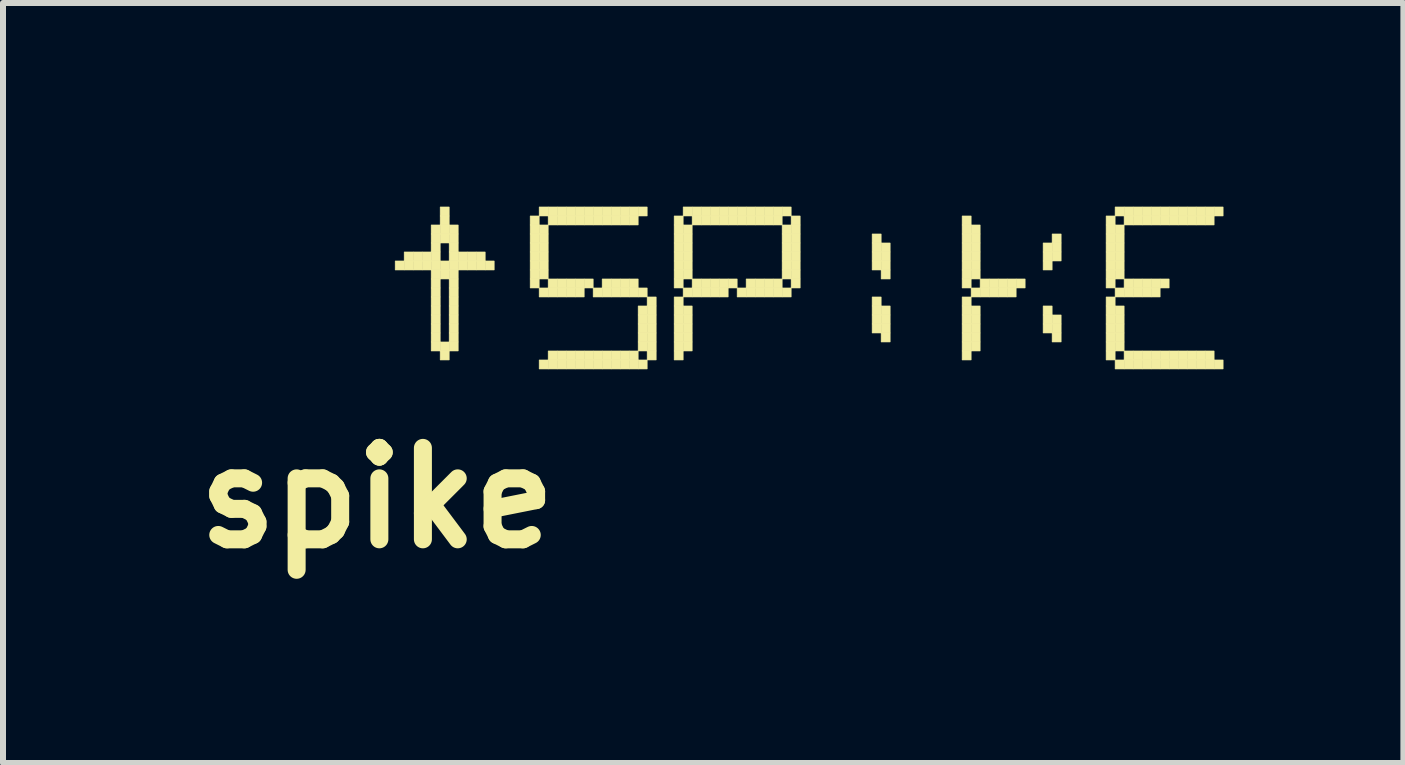
<source format=kicad_pcb>
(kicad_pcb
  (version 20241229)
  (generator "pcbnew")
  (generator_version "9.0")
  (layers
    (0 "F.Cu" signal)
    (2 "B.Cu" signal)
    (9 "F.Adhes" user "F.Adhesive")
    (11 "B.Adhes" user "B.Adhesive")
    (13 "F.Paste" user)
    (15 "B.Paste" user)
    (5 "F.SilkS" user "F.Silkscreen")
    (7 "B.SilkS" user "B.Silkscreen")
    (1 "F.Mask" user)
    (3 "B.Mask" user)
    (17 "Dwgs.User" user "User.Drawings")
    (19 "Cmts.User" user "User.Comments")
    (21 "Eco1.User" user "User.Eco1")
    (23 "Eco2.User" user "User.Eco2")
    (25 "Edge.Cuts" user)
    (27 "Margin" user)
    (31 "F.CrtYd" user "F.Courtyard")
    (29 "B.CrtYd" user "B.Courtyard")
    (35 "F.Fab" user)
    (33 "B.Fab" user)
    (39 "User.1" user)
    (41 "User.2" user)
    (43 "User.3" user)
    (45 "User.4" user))
  (footprint "spike"
    (layer "F.Cu")
    (at 3.237 0.25)
    (property "Reference" "spike" (at 0 5 0) (layer "F.SilkS") (effects (font (size 1.524 1.524) (thickness 0.3))))
    (attr through_hole)
    (fp_poly (pts (xy 0.3 1.05) (xy 0.45 1.05) (xy 0.45 1.2) (xy 0.3 1.2) (xy 0.3 1.05)) (stroke (width 0.01) (type solid)) (fill yes) (layer "F.SilkS"))
    (fp_poly (pts (xy 0.45 0.9) (xy 0.6 0.9) (xy 0.6 1.05) (xy 0.45 1.05) (xy 0.45 0.9)) (stroke (width 0.01) (type solid)) (fill yes) (layer "F.SilkS"))
    (fp_poly (pts (xy 0.45 1.05) (xy 0.6 1.05) (xy 0.6 1.2) (xy 0.45 1.2) (xy 0.45 1.05)) (stroke (width 0.01) (type solid)) (fill yes) (layer "F.SilkS"))
    (fp_poly (pts (xy 0.6 0.9) (xy 0.75 0.9) (xy 0.75 1.05) (xy 0.6 1.05) (xy 0.6 0.9)) (stroke (width 0.01) (type solid)) (fill yes) (layer "F.SilkS"))
    (fp_poly (pts (xy 0.6 1.05) (xy 0.75 1.05) (xy 0.75 1.2) (xy 0.6 1.2) (xy 0.6 1.05)) (stroke (width 0.01) (type solid)) (fill yes) (layer "F.SilkS"))
    (fp_poly (pts (xy 0.75 0.9) (xy 0.9 0.9) (xy 0.9 1.05) (xy 0.75 1.05) (xy 0.75 0.9)) (stroke (width 0.01) (type solid)) (fill yes) (layer "F.SilkS"))
    (fp_poly (pts (xy 0.75 1.05) (xy 0.9 1.05) (xy 0.9 1.2) (xy 0.75 1.2) (xy 0.75 1.05)) (stroke (width 0.01) (type solid)) (fill yes) (layer "F.SilkS"))
    (fp_poly (pts (xy 0.9 0.45) (xy 1.05 0.45) (xy 1.05 0.6) (xy 0.9 0.6) (xy 0.9 0.45)) (stroke (width 0.01) (type solid)) (fill yes) (layer "F.SilkS"))
    (fp_poly (pts (xy 0.9 0.6) (xy 1.05 0.6) (xy 1.05 0.75) (xy 0.9 0.75) (xy 0.9 0.6)) (stroke (width 0.01) (type solid)) (fill yes) (layer "F.SilkS"))
    (fp_poly (pts (xy 0.9 0.75) (xy 1.05 0.75) (xy 1.05 0.9) (xy 0.9 0.9) (xy 0.9 0.75)) (stroke (width 0.01) (type solid)) (fill yes) (layer "F.SilkS"))
    (fp_poly (pts (xy 0.9 0.9) (xy 1.05 0.9) (xy 1.05 1.05) (xy 0.9 1.05) (xy 0.9 0.9)) (stroke (width 0.01) (type solid)) (fill yes) (layer "F.SilkS"))
    (fp_poly (pts (xy 0.9 1.05) (xy 1.05 1.05) (xy 1.05 1.2) (xy 0.9 1.2) (xy 0.9 1.05)) (stroke (width 0.01) (type solid)) (fill yes) (layer "F.SilkS"))
    (fp_poly (pts (xy 0.9 1.2) (xy 1.05 1.2) (xy 1.05 1.35) (xy 0.9 1.35) (xy 0.9 1.2)) (stroke (width 0.01) (type solid)) (fill yes) (layer "F.SilkS"))
    (fp_poly (pts (xy 0.9 1.35) (xy 1.05 1.35) (xy 1.05 1.5) (xy 0.9 1.5) (xy 0.9 1.35)) (stroke (width 0.01) (type solid)) (fill yes) (layer "F.SilkS"))
    (fp_poly (pts (xy 0.9 1.5) (xy 1.05 1.5) (xy 1.05 1.65) (xy 0.9 1.65) (xy 0.9 1.5)) (stroke (width 0.01) (type solid)) (fill yes) (layer "F.SilkS"))
    (fp_poly (pts (xy 0.9 1.65) (xy 1.05 1.65) (xy 1.05 1.8) (xy 0.9 1.8) (xy 0.9 1.65)) (stroke (width 0.01) (type solid)) (fill yes) (layer "F.SilkS"))
    (fp_poly (pts (xy 0.9 1.8) (xy 1.05 1.8) (xy 1.05 1.95) (xy 0.9 1.95) (xy 0.9 1.8)) (stroke (width 0.01) (type solid)) (fill yes) (layer "F.SilkS"))
    (fp_poly (pts (xy 0.9 1.95) (xy 1.05 1.95) (xy 1.05 2.1) (xy 0.9 2.1) (xy 0.9 1.95)) (stroke (width 0.01) (type solid)) (fill yes) (layer "F.SilkS"))
    (fp_poly (pts (xy 0.9 2.1) (xy 1.05 2.1) (xy 1.05 2.25) (xy 0.9 2.25) (xy 0.9 2.1)) (stroke (width 0.01) (type solid)) (fill yes) (layer "F.SilkS"))
    (fp_poly (pts (xy 0.9 2.25) (xy 1.05 2.25) (xy 1.05 2.4) (xy 0.9 2.4) (xy 0.9 2.25)) (stroke (width 0.01) (type solid)) (fill yes) (layer "F.SilkS"))
    (fp_poly (pts (xy 0.9 2.4) (xy 1.05 2.4) (xy 1.05 2.55) (xy 0.9 2.55) (xy 0.9 2.4)) (stroke (width 0.01) (type solid)) (fill yes) (layer "F.SilkS"))
    (fp_poly (pts (xy 1.05 0.15) (xy 1.2 0.15) (xy 1.2 0.3) (xy 1.05 0.3) (xy 1.05 0.15)) (stroke (width 0.01) (type solid)) (fill yes) (layer "F.SilkS"))
    (fp_poly (pts (xy 1.05 0.3) (xy 1.2 0.3) (xy 1.2 0.45) (xy 1.05 0.45) (xy 1.05 0.3)) (stroke (width 0.01) (type solid)) (fill yes) (layer "F.SilkS"))
    (fp_poly (pts (xy 1.05 0.45) (xy 1.2 0.45) (xy 1.2 0.6) (xy 1.05 0.6) (xy 1.05 0.45)) (stroke (width 0.01) (type solid)) (fill yes) (layer "F.SilkS"))
    (fp_poly (pts (xy 1.05 0.6) (xy 1.2 0.6) (xy 1.2 0.75) (xy 1.05 0.75) (xy 1.05 0.6)) (stroke (width 0.01) (type solid)) (fill yes) (layer "F.SilkS"))
    (fp_poly (pts (xy 1.05 1.05) (xy 1.2 1.05) (xy 1.2 1.2) (xy 1.05 1.2) (xy 1.05 1.05)) (stroke (width 0.01) (type solid)) (fill yes) (layer "F.SilkS"))
    (fp_poly (pts (xy 1.05 1.2) (xy 1.2 1.2) (xy 1.2 1.35) (xy 1.05 1.35) (xy 1.05 1.2)) (stroke (width 0.01) (type solid)) (fill yes) (layer "F.SilkS"))
    (fp_poly (pts (xy 1.05 2.4) (xy 1.2 2.4) (xy 1.2 2.55) (xy 1.05 2.55) (xy 1.05 2.4)) (stroke (width 0.01) (type solid)) (fill yes) (layer "F.SilkS"))
    (fp_poly (pts (xy 1.05 2.55) (xy 1.2 2.55) (xy 1.2 2.7) (xy 1.05 2.7) (xy 1.05 2.55)) (stroke (width 0.01) (type solid)) (fill yes) (layer "F.SilkS"))
    (fp_poly (pts (xy 1.2 0.45) (xy 1.35 0.45) (xy 1.35 0.6) (xy 1.2 0.6) (xy 1.2 0.45)) (stroke (width 0.01) (type solid)) (fill yes) (layer "F.SilkS"))
    (fp_poly (pts (xy 1.2 0.6) (xy 1.35 0.6) (xy 1.35 0.75) (xy 1.2 0.75) (xy 1.2 0.6)) (stroke (width 0.01) (type solid)) (fill yes) (layer "F.SilkS"))
    (fp_poly (pts (xy 1.2 0.75) (xy 1.35 0.75) (xy 1.35 0.9) (xy 1.2 0.9) (xy 1.2 0.75)) (stroke (width 0.01) (type solid)) (fill yes) (layer "F.SilkS"))
    (fp_poly (pts (xy 1.2 0.9) (xy 1.35 0.9) (xy 1.35 1.05) (xy 1.2 1.05) (xy 1.2 0.9)) (stroke (width 0.01) (type solid)) (fill yes) (layer "F.SilkS"))
    (fp_poly (pts (xy 1.2 1.05) (xy 1.35 1.05) (xy 1.35 1.2) (xy 1.2 1.2) (xy 1.2 1.05)) (stroke (width 0.01) (type solid)) (fill yes) (layer "F.SilkS"))
    (fp_poly (pts (xy 1.2 1.2) (xy 1.35 1.2) (xy 1.35 1.35) (xy 1.2 1.35) (xy 1.2 1.2)) (stroke (width 0.01) (type solid)) (fill yes) (layer "F.SilkS"))
    (fp_poly (pts (xy 1.2 1.35) (xy 1.35 1.35) (xy 1.35 1.5) (xy 1.2 1.5) (xy 1.2 1.35)) (stroke (width 0.01) (type solid)) (fill yes) (layer "F.SilkS"))
    (fp_poly (pts (xy 1.2 1.5) (xy 1.35 1.5) (xy 1.35 1.65) (xy 1.2 1.65) (xy 1.2 1.5)) (stroke (width 0.01) (type solid)) (fill yes) (layer "F.SilkS"))
    (fp_poly (pts (xy 1.2 1.65) (xy 1.35 1.65) (xy 1.35 1.8) (xy 1.2 1.8) (xy 1.2 1.65)) (stroke (width 0.01) (type solid)) (fill yes) (layer "F.SilkS"))
    (fp_poly (pts (xy 1.2 1.8) (xy 1.35 1.8) (xy 1.35 1.95) (xy 1.2 1.95) (xy 1.2 1.8)) (stroke (width 0.01) (type solid)) (fill yes) (layer "F.SilkS"))
    (fp_poly (pts (xy 1.2 1.95) (xy 1.35 1.95) (xy 1.35 2.1) (xy 1.2 2.1) (xy 1.2 1.95)) (stroke (width 0.01) (type solid)) (fill yes) (layer "F.SilkS"))
    (fp_poly (pts (xy 1.2 2.1) (xy 1.35 2.1) (xy 1.35 2.25) (xy 1.2 2.25) (xy 1.2 2.1)) (stroke (width 0.01) (type solid)) (fill yes) (layer "F.SilkS"))
    (fp_poly (pts (xy 1.2 2.25) (xy 1.35 2.25) (xy 1.35 2.4) (xy 1.2 2.4) (xy 1.2 2.25)) (stroke (width 0.01) (type solid)) (fill yes) (layer "F.SilkS"))
    (fp_poly (pts (xy 1.2 2.4) (xy 1.35 2.4) (xy 1.35 2.55) (xy 1.2 2.55) (xy 1.2 2.4)) (stroke (width 0.01) (type solid)) (fill yes) (layer "F.SilkS"))
    (fp_poly (pts (xy 1.35 0.9) (xy 1.5 0.9) (xy 1.5 1.05) (xy 1.35 1.05) (xy 1.35 0.9)) (stroke (width 0.01) (type solid)) (fill yes) (layer "F.SilkS"))
    (fp_poly (pts (xy 1.35 1.05) (xy 1.5 1.05) (xy 1.5 1.2) (xy 1.35 1.2) (xy 1.35 1.05)) (stroke (width 0.01) (type solid)) (fill yes) (layer "F.SilkS"))
    (fp_poly (pts (xy 1.5 0.9) (xy 1.65 0.9) (xy 1.65 1.05) (xy 1.5 1.05) (xy 1.5 0.9)) (stroke (width 0.01) (type solid)) (fill yes) (layer "F.SilkS"))
    (fp_poly (pts (xy 1.5 1.05) (xy 1.65 1.05) (xy 1.65 1.2) (xy 1.5 1.2) (xy 1.5 1.05)) (stroke (width 0.01) (type solid)) (fill yes) (layer "F.SilkS"))
    (fp_poly (pts (xy 1.65 0.9) (xy 1.8 0.9) (xy 1.8 1.05) (xy 1.65 1.05) (xy 1.65 0.9)) (stroke (width 0.01) (type solid)) (fill yes) (layer "F.SilkS"))
    (fp_poly (pts (xy 1.65 1.05) (xy 1.8 1.05) (xy 1.8 1.2) (xy 1.65 1.2) (xy 1.65 1.05)) (stroke (width 0.01) (type solid)) (fill yes) (layer "F.SilkS"))
    (fp_poly (pts (xy 1.8 1.05) (xy 1.95 1.05) (xy 1.95 1.2) (xy 1.8 1.2) (xy 1.8 1.05)) (stroke (width 0.01) (type solid)) (fill yes) (layer "F.SilkS"))
    (fp_poly (pts (xy 2.55 0.3) (xy 2.7 0.3) (xy 2.7 0.45) (xy 2.55 0.45) (xy 2.55 0.3)) (stroke (width 0.01) (type solid)) (fill yes) (layer "F.SilkS"))
    (fp_poly (pts (xy 2.55 0.45) (xy 2.7 0.45) (xy 2.7 0.6) (xy 2.55 0.6) (xy 2.55 0.45)) (stroke (width 0.01) (type solid)) (fill yes) (layer "F.SilkS"))
    (fp_poly (pts (xy 2.55 0.6) (xy 2.7 0.6) (xy 2.7 0.75) (xy 2.55 0.75) (xy 2.55 0.6)) (stroke (width 0.01) (type solid)) (fill yes) (layer "F.SilkS"))
    (fp_poly (pts (xy 2.55 0.75) (xy 2.7 0.75) (xy 2.7 0.9) (xy 2.55 0.9) (xy 2.55 0.75)) (stroke (width 0.01) (type solid)) (fill yes) (layer "F.SilkS"))
    (fp_poly (pts (xy 2.55 0.9) (xy 2.7 0.9) (xy 2.7 1.05) (xy 2.55 1.05) (xy 2.55 0.9)) (stroke (width 0.01) (type solid)) (fill yes) (layer "F.SilkS"))
    (fp_poly (pts (xy 2.55 1.05) (xy 2.7 1.05) (xy 2.7 1.2) (xy 2.55 1.2) (xy 2.55 1.05)) (stroke (width 0.01) (type solid)) (fill yes) (layer "F.SilkS"))
    (fp_poly (pts (xy 2.55 1.2) (xy 2.7 1.2) (xy 2.7 1.35) (xy 2.55 1.35) (xy 2.55 1.2)) (stroke (width 0.01) (type solid)) (fill yes) (layer "F.SilkS"))
    (fp_poly (pts (xy 2.55 1.35) (xy 2.7 1.35) (xy 2.7 1.5) (xy 2.55 1.5) (xy 2.55 1.35)) (stroke (width 0.01) (type solid)) (fill yes) (layer "F.SilkS"))
    (fp_poly (pts (xy 2.7 0.15) (xy 2.85 0.15) (xy 2.85 0.3) (xy 2.7 0.3) (xy 2.7 0.15)) (stroke (width 0.01) (type solid)) (fill yes) (layer "F.SilkS"))
    (fp_poly (pts (xy 2.7 0.45) (xy 2.85 0.45) (xy 2.85 0.6) (xy 2.7 0.6) (xy 2.7 0.45)) (stroke (width 0.01) (type solid)) (fill yes) (layer "F.SilkS"))
    (fp_poly (pts (xy 2.7 0.6) (xy 2.85 0.6) (xy 2.85 0.75) (xy 2.7 0.75) (xy 2.7 0.6)) (stroke (width 0.01) (type solid)) (fill yes) (layer "F.SilkS"))
    (fp_poly (pts (xy 2.7 0.75) (xy 2.85 0.75) (xy 2.85 0.9) (xy 2.7 0.9) (xy 2.7 0.75)) (stroke (width 0.01) (type solid)) (fill yes) (layer "F.SilkS"))
    (fp_poly (pts (xy 2.7 0.9) (xy 2.85 0.9) (xy 2.85 1.05) (xy 2.7 1.05) (xy 2.7 0.9)) (stroke (width 0.01) (type solid)) (fill yes) (layer "F.SilkS"))
    (fp_poly (pts (xy 2.7 1.05) (xy 2.85 1.05) (xy 2.85 1.2) (xy 2.7 1.2) (xy 2.7 1.05)) (stroke (width 0.01) (type solid)) (fill yes) (layer "F.SilkS"))
    (fp_poly (pts (xy 2.7 1.2) (xy 2.85 1.2) (xy 2.85 1.35) (xy 2.7 1.35) (xy 2.7 1.2)) (stroke (width 0.01) (type solid)) (fill yes) (layer "F.SilkS"))
    (fp_poly (pts (xy 2.7 1.5) (xy 2.85 1.5) (xy 2.85 1.65) (xy 2.7 1.65) (xy 2.7 1.5)) (stroke (width 0.01) (type solid)) (fill yes) (layer "F.SilkS"))
    (fp_poly (pts (xy 2.7 2.7) (xy 2.85 2.7) (xy 2.85 2.85) (xy 2.7 2.85) (xy 2.7 2.7)) (stroke (width 0.01) (type solid)) (fill yes) (layer "F.SilkS"))
    (fp_poly (pts (xy 2.85 0.15) (xy 3 0.15) (xy 3 0.3) (xy 2.85 0.3) (xy 2.85 0.15)) (stroke (width 0.01) (type solid)) (fill yes) (layer "F.SilkS"))
    (fp_poly (pts (xy 2.85 0.3) (xy 3 0.3) (xy 3 0.45) (xy 2.85 0.45) (xy 2.85 0.3)) (stroke (width 0.01) (type solid)) (fill yes) (layer "F.SilkS"))
    (fp_poly (pts (xy 2.85 1.35) (xy 3 1.35) (xy 3 1.5) (xy 2.85 1.5) (xy 2.85 1.35)) (stroke (width 0.01) (type solid)) (fill yes) (layer "F.SilkS"))
    (fp_poly (pts (xy 2.85 1.5) (xy 3 1.5) (xy 3 1.65) (xy 2.85 1.65) (xy 2.85 1.5)) (stroke (width 0.01) (type solid)) (fill yes) (layer "F.SilkS"))
    (fp_poly (pts (xy 2.85 2.55) (xy 3 2.55) (xy 3 2.7) (xy 2.85 2.7) (xy 2.85 2.55)) (stroke (width 0.01) (type solid)) (fill yes) (layer "F.SilkS"))
    (fp_poly (pts (xy 2.85 2.7) (xy 3 2.7) (xy 3 2.85) (xy 2.85 2.85) (xy 2.85 2.7)) (stroke (width 0.01) (type solid)) (fill yes) (layer "F.SilkS"))
    (fp_poly (pts (xy 3 0.15) (xy 3.15 0.15) (xy 3.15 0.3) (xy 3 0.3) (xy 3 0.15)) (stroke (width 0.01) (type solid)) (fill yes) (layer "F.SilkS"))
    (fp_poly (pts (xy 3 0.3) (xy 3.15 0.3) (xy 3.15 0.45) (xy 3 0.45) (xy 3 0.3)) (stroke (width 0.01) (type solid)) (fill yes) (layer "F.SilkS"))
    (fp_poly (pts (xy 3 1.35) (xy 3.15 1.35) (xy 3.15 1.5) (xy 3 1.5) (xy 3 1.35)) (stroke (width 0.01) (type solid)) (fill yes) (layer "F.SilkS"))
    (fp_poly (pts (xy 3 1.5) (xy 3.15 1.5) (xy 3.15 1.65) (xy 3 1.65) (xy 3 1.5)) (stroke (width 0.01) (type solid)) (fill yes) (layer "F.SilkS"))
    (fp_poly (pts (xy 3 2.55) (xy 3.15 2.55) (xy 3.15 2.7) (xy 3 2.7) (xy 3 2.55)) (stroke (width 0.01) (type solid)) (fill yes) (layer "F.SilkS"))
    (fp_poly (pts (xy 3 2.7) (xy 3.15 2.7) (xy 3.15 2.85) (xy 3 2.85) (xy 3 2.7)) (stroke (width 0.01) (type solid)) (fill yes) (layer "F.SilkS"))
    (fp_poly (pts (xy 3.15 0.15) (xy 3.3 0.15) (xy 3.3 0.3) (xy 3.15 0.3) (xy 3.15 0.15)) (stroke (width 0.01) (type solid)) (fill yes) (layer "F.SilkS"))
    (fp_poly (pts (xy 3.15 0.3) (xy 3.3 0.3) (xy 3.3 0.45) (xy 3.15 0.45) (xy 3.15 0.3)) (stroke (width 0.01) (type solid)) (fill yes) (layer "F.SilkS"))
    (fp_poly (pts (xy 3.15 1.35) (xy 3.3 1.35) (xy 3.3 1.5) (xy 3.15 1.5) (xy 3.15 1.35)) (stroke (width 0.01) (type solid)) (fill yes) (layer "F.SilkS"))
    (fp_poly (pts (xy 3.15 1.5) (xy 3.3 1.5) (xy 3.3 1.65) (xy 3.15 1.65) (xy 3.15 1.5)) (stroke (width 0.01) (type solid)) (fill yes) (layer "F.SilkS"))
    (fp_poly (pts (xy 3.15 2.55) (xy 3.3 2.55) (xy 3.3 2.7) (xy 3.15 2.7) (xy 3.15 2.55)) (stroke (width 0.01) (type solid)) (fill yes) (layer "F.SilkS"))
    (fp_poly (pts (xy 3.15 2.7) (xy 3.3 2.7) (xy 3.3 2.85) (xy 3.15 2.85) (xy 3.15 2.7)) (stroke (width 0.01) (type solid)) (fill yes) (layer "F.SilkS"))
    (fp_poly (pts (xy 3.3 0.15) (xy 3.45 0.15) (xy 3.45 0.3) (xy 3.3 0.3) (xy 3.3 0.15)) (stroke (width 0.01) (type solid)) (fill yes) (layer "F.SilkS"))
    (fp_poly (pts (xy 3.3 0.3) (xy 3.45 0.3) (xy 3.45 0.45) (xy 3.3 0.45) (xy 3.3 0.3)) (stroke (width 0.01) (type solid)) (fill yes) (layer "F.SilkS"))
    (fp_poly (pts (xy 3.3 1.35) (xy 3.45 1.35) (xy 3.45 1.5) (xy 3.3 1.5) (xy 3.3 1.35)) (stroke (width 0.01) (type solid)) (fill yes) (layer "F.SilkS"))
    (fp_poly (pts (xy 3.3 1.5) (xy 3.45 1.5) (xy 3.45 1.65) (xy 3.3 1.65) (xy 3.3 1.5)) (stroke (width 0.01) (type solid)) (fill yes) (layer "F.SilkS"))
    (fp_poly (pts (xy 3.3 2.55) (xy 3.45 2.55) (xy 3.45 2.7) (xy 3.3 2.7) (xy 3.3 2.55)) (stroke (width 0.01) (type solid)) (fill yes) (layer "F.SilkS"))
    (fp_poly (pts (xy 3.3 2.7) (xy 3.45 2.7) (xy 3.45 2.85) (xy 3.3 2.85) (xy 3.3 2.7)) (stroke (width 0.01) (type solid)) (fill yes) (layer "F.SilkS"))
    (fp_poly (pts (xy 3.45 0.15) (xy 3.6 0.15) (xy 3.6 0.3) (xy 3.45 0.3) (xy 3.45 0.15)) (stroke (width 0.01) (type solid)) (fill yes) (layer "F.SilkS"))
    (fp_poly (pts (xy 3.45 0.3) (xy 3.6 0.3) (xy 3.6 0.45) (xy 3.45 0.45) (xy 3.45 0.3)) (stroke (width 0.01) (type solid)) (fill yes) (layer "F.SilkS"))
    (fp_poly (pts (xy 3.45 1.35) (xy 3.6 1.35) (xy 3.6 1.5) (xy 3.45 1.5) (xy 3.45 1.35)) (stroke (width 0.01) (type solid)) (fill yes) (layer "F.SilkS"))
    (fp_poly (pts (xy 3.45 2.55) (xy 3.6 2.55) (xy 3.6 2.7) (xy 3.45 2.7) (xy 3.45 2.55)) (stroke (width 0.01) (type solid)) (fill yes) (layer "F.SilkS"))
    (fp_poly (pts (xy 3.45 2.7) (xy 3.6 2.7) (xy 3.6 2.85) (xy 3.45 2.85) (xy 3.45 2.7)) (stroke (width 0.01) (type solid)) (fill yes) (layer "F.SilkS"))
    (fp_poly (pts (xy 3.6 0.15) (xy 3.75 0.15) (xy 3.75 0.3) (xy 3.6 0.3) (xy 3.6 0.15)) (stroke (width 0.01) (type solid)) (fill yes) (layer "F.SilkS"))
    (fp_poly (pts (xy 3.6 0.3) (xy 3.75 0.3) (xy 3.75 0.45) (xy 3.6 0.45) (xy 3.6 0.3)) (stroke (width 0.01) (type solid)) (fill yes) (layer "F.SilkS"))
    (fp_poly (pts (xy 3.6 1.5) (xy 3.75 1.5) (xy 3.75 1.65) (xy 3.6 1.65) (xy 3.6 1.5)) (stroke (width 0.01) (type solid)) (fill yes) (layer "F.SilkS"))
    (fp_poly (pts (xy 3.6 2.55) (xy 3.75 2.55) (xy 3.75 2.7) (xy 3.6 2.7) (xy 3.6 2.55)) (stroke (width 0.01) (type solid)) (fill yes) (layer "F.SilkS"))
    (fp_poly (pts (xy 3.6 2.7) (xy 3.75 2.7) (xy 3.75 2.85) (xy 3.6 2.85) (xy 3.6 2.7)) (stroke (width 0.01) (type solid)) (fill yes) (layer "F.SilkS"))
    (fp_poly (pts (xy 3.75 0.15) (xy 3.9 0.15) (xy 3.9 0.3) (xy 3.75 0.3) (xy 3.75 0.15)) (stroke (width 0.01) (type solid)) (fill yes) (layer "F.SilkS"))
    (fp_poly (pts (xy 3.75 0.3) (xy 3.9 0.3) (xy 3.9 0.45) (xy 3.75 0.45) (xy 3.75 0.3)) (stroke (width 0.01) (type solid)) (fill yes) (layer "F.SilkS"))
    (fp_poly (pts (xy 3.75 1.35) (xy 3.9 1.35) (xy 3.9 1.5) (xy 3.75 1.5) (xy 3.75 1.35)) (stroke (width 0.01) (type solid)) (fill yes) (layer "F.SilkS"))
    (fp_poly (pts (xy 3.75 1.5) (xy 3.9 1.5) (xy 3.9 1.65) (xy 3.75 1.65) (xy 3.75 1.5)) (stroke (width 0.01) (type solid)) (fill yes) (layer "F.SilkS"))
    (fp_poly (pts (xy 3.75 2.55) (xy 3.9 2.55) (xy 3.9 2.7) (xy 3.75 2.7) (xy 3.75 2.55)) (stroke (width 0.01) (type solid)) (fill yes) (layer "F.SilkS"))
    (fp_poly (pts (xy 3.75 2.7) (xy 3.9 2.7) (xy 3.9 2.85) (xy 3.75 2.85) (xy 3.75 2.7)) (stroke (width 0.01) (type solid)) (fill yes) (layer "F.SilkS"))
    (fp_poly (pts (xy 3.9 0.15) (xy 4.05 0.15) (xy 4.05 0.3) (xy 3.9 0.3) (xy 3.9 0.15)) (stroke (width 0.01) (type solid)) (fill yes) (layer "F.SilkS"))
    (fp_poly (pts (xy 3.9 0.3) (xy 4.05 0.3) (xy 4.05 0.45) (xy 3.9 0.45) (xy 3.9 0.3)) (stroke (width 0.01) (type solid)) (fill yes) (layer "F.SilkS"))
    (fp_poly (pts (xy 3.9 1.35) (xy 4.05 1.35) (xy 4.05 1.5) (xy 3.9 1.5) (xy 3.9 1.35)) (stroke (width 0.01) (type solid)) (fill yes) (layer "F.SilkS"))
    (fp_poly (pts (xy 3.9 1.5) (xy 4.05 1.5) (xy 4.05 1.65) (xy 3.9 1.65) (xy 3.9 1.5)) (stroke (width 0.01) (type solid)) (fill yes) (layer "F.SilkS"))
    (fp_poly (pts (xy 3.9 2.55) (xy 4.05 2.55) (xy 4.05 2.7) (xy 3.9 2.7) (xy 3.9 2.55)) (stroke (width 0.01) (type solid)) (fill yes) (layer "F.SilkS"))
    (fp_poly (pts (xy 3.9 2.7) (xy 4.05 2.7) (xy 4.05 2.85) (xy 3.9 2.85) (xy 3.9 2.7)) (stroke (width 0.01) (type solid)) (fill yes) (layer "F.SilkS"))
    (fp_poly (pts (xy 4.05 0.15) (xy 4.2 0.15) (xy 4.2 0.3) (xy 4.05 0.3) (xy 4.05 0.15)) (stroke (width 0.01) (type solid)) (fill yes) (layer "F.SilkS"))
    (fp_poly (pts (xy 4.05 0.3) (xy 4.2 0.3) (xy 4.2 0.45) (xy 4.05 0.45) (xy 4.05 0.3)) (stroke (width 0.01) (type solid)) (fill yes) (layer "F.SilkS"))
    (fp_poly (pts (xy 4.05 1.35) (xy 4.2 1.35) (xy 4.2 1.5) (xy 4.05 1.5) (xy 4.05 1.35)) (stroke (width 0.01) (type solid)) (fill yes) (layer "F.SilkS"))
    (fp_poly (pts (xy 4.05 1.5) (xy 4.2 1.5) (xy 4.2 1.65) (xy 4.05 1.65) (xy 4.05 1.5)) (stroke (width 0.01) (type solid)) (fill yes) (layer "F.SilkS"))
    (fp_poly (pts (xy 4.05 2.55) (xy 4.2 2.55) (xy 4.2 2.7) (xy 4.05 2.7) (xy 4.05 2.55)) (stroke (width 0.01) (type solid)) (fill yes) (layer "F.SilkS"))
    (fp_poly (pts (xy 4.05 2.7) (xy 4.2 2.7) (xy 4.2 2.85) (xy 4.05 2.85) (xy 4.05 2.7)) (stroke (width 0.01) (type solid)) (fill yes) (layer "F.SilkS"))
    (fp_poly (pts (xy 4.2 0.15) (xy 4.35 0.15) (xy 4.35 0.3) (xy 4.2 0.3) (xy 4.2 0.15)) (stroke (width 0.01) (type solid)) (fill yes) (layer "F.SilkS"))
    (fp_poly (pts (xy 4.2 0.3) (xy 4.35 0.3) (xy 4.35 0.45) (xy 4.2 0.45) (xy 4.2 0.3)) (stroke (width 0.01) (type solid)) (fill yes) (layer "F.SilkS"))
    (fp_poly (pts (xy 4.2 1.35) (xy 4.35 1.35) (xy 4.35 1.5) (xy 4.2 1.5) (xy 4.2 1.35)) (stroke (width 0.01) (type solid)) (fill yes) (layer "F.SilkS"))
    (fp_poly (pts (xy 4.2 1.5) (xy 4.35 1.5) (xy 4.35 1.65) (xy 4.2 1.65) (xy 4.2 1.5)) (stroke (width 0.01) (type solid)) (fill yes) (layer "F.SilkS"))
    (fp_poly (pts (xy 4.2 2.55) (xy 4.35 2.55) (xy 4.35 2.7) (xy 4.2 2.7) (xy 4.2 2.55)) (stroke (width 0.01) (type solid)) (fill yes) (layer "F.SilkS"))
    (fp_poly (pts (xy 4.2 2.7) (xy 4.35 2.7) (xy 4.35 2.85) (xy 4.2 2.85) (xy 4.2 2.7)) (stroke (width 0.01) (type solid)) (fill yes) (layer "F.SilkS"))
    (fp_poly (pts (xy 4.35 0.15) (xy 4.5 0.15) (xy 4.5 0.3) (xy 4.35 0.3) (xy 4.35 0.15)) (stroke (width 0.01) (type solid)) (fill yes) (layer "F.SilkS"))
    (fp_poly (pts (xy 4.35 1.5) (xy 4.5 1.5) (xy 4.5 1.65) (xy 4.35 1.65) (xy 4.35 1.5)) (stroke (width 0.01) (type solid)) (fill yes) (layer "F.SilkS"))
    (fp_poly (pts (xy 4.35 1.8) (xy 4.5 1.8) (xy 4.5 1.95) (xy 4.35 1.95) (xy 4.35 1.8)) (stroke (width 0.01) (type solid)) (fill yes) (layer "F.SilkS"))
    (fp_poly (pts (xy 4.35 1.95) (xy 4.5 1.95) (xy 4.5 2.1) (xy 4.35 2.1) (xy 4.35 1.95)) (stroke (width 0.01) (type solid)) (fill yes) (layer "F.SilkS"))
    (fp_poly (pts (xy 4.35 2.1) (xy 4.5 2.1) (xy 4.5 2.25) (xy 4.35 2.25) (xy 4.35 2.1)) (stroke (width 0.01) (type solid)) (fill yes) (layer "F.SilkS"))
    (fp_poly (pts (xy 4.35 2.25) (xy 4.5 2.25) (xy 4.5 2.4) (xy 4.35 2.4) (xy 4.35 2.25)) (stroke (width 0.01) (type solid)) (fill yes) (layer "F.SilkS"))
    (fp_poly (pts (xy 4.35 2.4) (xy 4.5 2.4) (xy 4.5 2.55) (xy 4.35 2.55) (xy 4.35 2.4)) (stroke (width 0.01) (type solid)) (fill yes) (layer "F.SilkS"))
    (fp_poly (pts (xy 4.35 2.7) (xy 4.5 2.7) (xy 4.5 2.85) (xy 4.35 2.85) (xy 4.35 2.7)) (stroke (width 0.01) (type solid)) (fill yes) (layer "F.SilkS"))
    (fp_poly (pts (xy 4.5 1.65) (xy 4.65 1.65) (xy 4.65 1.8) (xy 4.5 1.8) (xy 4.5 1.65)) (stroke (width 0.01) (type solid)) (fill yes) (layer "F.SilkS"))
    (fp_poly (pts (xy 4.5 1.8) (xy 4.65 1.8) (xy 4.65 1.95) (xy 4.5 1.95) (xy 4.5 1.8)) (stroke (width 0.01) (type solid)) (fill yes) (layer "F.SilkS"))
    (fp_poly (pts (xy 4.5 1.95) (xy 4.65 1.95) (xy 4.65 2.1) (xy 4.5 2.1) (xy 4.5 1.95)) (stroke (width 0.01) (type solid)) (fill yes) (layer "F.SilkS"))
    (fp_poly (pts (xy 4.5 2.1) (xy 4.65 2.1) (xy 4.65 2.25) (xy 4.5 2.25) (xy 4.5 2.1)) (stroke (width 0.01) (type solid)) (fill yes) (layer "F.SilkS"))
    (fp_poly (pts (xy 4.5 2.25) (xy 4.65 2.25) (xy 4.65 2.4) (xy 4.5 2.4) (xy 4.5 2.25)) (stroke (width 0.01) (type solid)) (fill yes) (layer "F.SilkS"))
    (fp_poly (pts (xy 4.5 2.4) (xy 4.65 2.4) (xy 4.65 2.55) (xy 4.5 2.55) (xy 4.5 2.4)) (stroke (width 0.01) (type solid)) (fill yes) (layer "F.SilkS"))
    (fp_poly (pts (xy 4.5 2.55) (xy 4.65 2.55) (xy 4.65 2.7) (xy 4.5 2.7) (xy 4.5 2.55)) (stroke (width 0.01) (type solid)) (fill yes) (layer "F.SilkS"))
    (fp_poly (pts (xy 4.95 0.3) (xy 5.1 0.3) (xy 5.1 0.45) (xy 4.95 0.45) (xy 4.95 0.3)) (stroke (width 0.01) (type solid)) (fill yes) (layer "F.SilkS"))
    (fp_poly (pts (xy 4.95 0.45) (xy 5.1 0.45) (xy 5.1 0.6) (xy 4.95 0.6) (xy 4.95 0.45)) (stroke (width 0.01) (type solid)) (fill yes) (layer "F.SilkS"))
    (fp_poly (pts (xy 4.95 0.6) (xy 5.1 0.6) (xy 5.1 0.75) (xy 4.95 0.75) (xy 4.95 0.6)) (stroke (width 0.01) (type solid)) (fill yes) (layer "F.SilkS"))
    (fp_poly (pts (xy 4.95 0.75) (xy 5.1 0.75) (xy 5.1 0.9) (xy 4.95 0.9) (xy 4.95 0.75)) (stroke (width 0.01) (type solid)) (fill yes) (layer "F.SilkS"))
    (fp_poly (pts (xy 4.95 0.9) (xy 5.1 0.9) (xy 5.1 1.05) (xy 4.95 1.05) (xy 4.95 0.9)) (stroke (width 0.01) (type solid)) (fill yes) (layer "F.SilkS"))
    (fp_poly (pts (xy 4.95 1.05) (xy 5.1 1.05) (xy 5.1 1.2) (xy 4.95 1.2) (xy 4.95 1.05)) (stroke (width 0.01) (type solid)) (fill yes) (layer "F.SilkS"))
    (fp_poly (pts (xy 4.95 1.2) (xy 5.1 1.2) (xy 5.1 1.35) (xy 4.95 1.35) (xy 4.95 1.2)) (stroke (width 0.01) (type solid)) (fill yes) (layer "F.SilkS"))
    (fp_poly (pts (xy 4.95 1.35) (xy 5.1 1.35) (xy 5.1 1.5) (xy 4.95 1.5) (xy 4.95 1.35)) (stroke (width 0.01) (type solid)) (fill yes) (layer "F.SilkS"))
    (fp_poly (pts (xy 4.95 1.65) (xy 5.1 1.65) (xy 5.1 1.8) (xy 4.95 1.8) (xy 4.95 1.65)) (stroke (width 0.01) (type solid)) (fill yes) (layer "F.SilkS"))
    (fp_poly (pts (xy 4.95 1.8) (xy 5.1 1.8) (xy 5.1 1.95) (xy 4.95 1.95) (xy 4.95 1.8)) (stroke (width 0.01) (type solid)) (fill yes) (layer "F.SilkS"))
    (fp_poly (pts (xy 4.95 1.95) (xy 5.1 1.95) (xy 5.1 2.1) (xy 4.95 2.1) (xy 4.95 1.95)) (stroke (width 0.01) (type solid)) (fill yes) (layer "F.SilkS"))
    (fp_poly (pts (xy 4.95 2.1) (xy 5.1 2.1) (xy 5.1 2.25) (xy 4.95 2.25) (xy 4.95 2.1)) (stroke (width 0.01) (type solid)) (fill yes) (layer "F.SilkS"))
    (fp_poly (pts (xy 4.95 2.25) (xy 5.1 2.25) (xy 5.1 2.4) (xy 4.95 2.4) (xy 4.95 2.25)) (stroke (width 0.01) (type solid)) (fill yes) (layer "F.SilkS"))
    (fp_poly (pts (xy 4.95 2.4) (xy 5.1 2.4) (xy 5.1 2.55) (xy 4.95 2.55) (xy 4.95 2.4)) (stroke (width 0.01) (type solid)) (fill yes) (layer "F.SilkS"))
    (fp_poly (pts (xy 4.95 2.55) (xy 5.1 2.55) (xy 5.1 2.7) (xy 4.95 2.7) (xy 4.95 2.55)) (stroke (width 0.01) (type solid)) (fill yes) (layer "F.SilkS"))
    (fp_poly (pts (xy 5.1 0.15) (xy 5.25 0.15) (xy 5.25 0.3) (xy 5.1 0.3) (xy 5.1 0.15)) (stroke (width 0.01) (type solid)) (fill yes) (layer "F.SilkS"))
    (fp_poly (pts (xy 5.1 0.45) (xy 5.25 0.45) (xy 5.25 0.6) (xy 5.1 0.6) (xy 5.1 0.45)) (stroke (width 0.01) (type solid)) (fill yes) (layer "F.SilkS"))
    (fp_poly (pts (xy 5.1 0.6) (xy 5.25 0.6) (xy 5.25 0.75) (xy 5.1 0.75) (xy 5.1 0.6)) (stroke (width 0.01) (type solid)) (fill yes) (layer "F.SilkS"))
    (fp_poly (pts (xy 5.1 0.75) (xy 5.25 0.75) (xy 5.25 0.9) (xy 5.1 0.9) (xy 5.1 0.75)) (stroke (width 0.01) (type solid)) (fill yes) (layer "F.SilkS"))
    (fp_poly (pts (xy 5.1 0.9) (xy 5.25 0.9) (xy 5.25 1.05) (xy 5.1 1.05) (xy 5.1 0.9)) (stroke (width 0.01) (type solid)) (fill yes) (layer "F.SilkS"))
    (fp_poly (pts (xy 5.1 1.05) (xy 5.25 1.05) (xy 5.25 1.2) (xy 5.1 1.2) (xy 5.1 1.05)) (stroke (width 0.01) (type solid)) (fill yes) (layer "F.SilkS"))
    (fp_poly (pts (xy 5.1 1.2) (xy 5.25 1.2) (xy 5.25 1.35) (xy 5.1 1.35) (xy 5.1 1.2)) (stroke (width 0.01) (type solid)) (fill yes) (layer "F.SilkS"))
    (fp_poly (pts (xy 5.1 1.5) (xy 5.25 1.5) (xy 5.25 1.65) (xy 5.1 1.65) (xy 5.1 1.5)) (stroke (width 0.01) (type solid)) (fill yes) (layer "F.SilkS"))
    (fp_poly (pts (xy 5.1 1.8) (xy 5.25 1.8) (xy 5.25 1.95) (xy 5.1 1.95) (xy 5.1 1.8)) (stroke (width 0.01) (type solid)) (fill yes) (layer "F.SilkS"))
    (fp_poly (pts (xy 5.1 1.95) (xy 5.25 1.95) (xy 5.25 2.1) (xy 5.1 2.1) (xy 5.1 1.95)) (stroke (width 0.01) (type solid)) (fill yes) (layer "F.SilkS"))
    (fp_poly (pts (xy 5.1 2.1) (xy 5.25 2.1) (xy 5.25 2.25) (xy 5.1 2.25) (xy 5.1 2.1)) (stroke (width 0.01) (type solid)) (fill yes) (layer "F.SilkS"))
    (fp_poly (pts (xy 5.1 2.25) (xy 5.25 2.25) (xy 5.25 2.4) (xy 5.1 2.4) (xy 5.1 2.25)) (stroke (width 0.01) (type solid)) (fill yes) (layer "F.SilkS"))
    (fp_poly (pts (xy 5.1 2.4) (xy 5.25 2.4) (xy 5.25 2.55) (xy 5.1 2.55) (xy 5.1 2.4)) (stroke (width 0.01) (type solid)) (fill yes) (layer "F.SilkS"))
    (fp_poly (pts (xy 5.25 0.15) (xy 5.4 0.15) (xy 5.4 0.3) (xy 5.25 0.3) (xy 5.25 0.15)) (stroke (width 0.01) (type solid)) (fill yes) (layer "F.SilkS"))
    (fp_poly (pts (xy 5.25 0.3) (xy 5.4 0.3) (xy 5.4 0.45) (xy 5.25 0.45) (xy 5.25 0.3)) (stroke (width 0.01) (type solid)) (fill yes) (layer "F.SilkS"))
    (fp_poly (pts (xy 5.25 1.35) (xy 5.4 1.35) (xy 5.4 1.5) (xy 5.25 1.5) (xy 5.25 1.35)) (stroke (width 0.01) (type solid)) (fill yes) (layer "F.SilkS"))
    (fp_poly (pts (xy 5.25 1.5) (xy 5.4 1.5) (xy 5.4 1.65) (xy 5.25 1.65) (xy 5.25 1.5)) (stroke (width 0.01) (type solid)) (fill yes) (layer "F.SilkS"))
    (fp_poly (pts (xy 5.4 0.15) (xy 5.55 0.15) (xy 5.55 0.3) (xy 5.4 0.3) (xy 5.4 0.15)) (stroke (width 0.01) (type solid)) (fill yes) (layer "F.SilkS"))
    (fp_poly (pts (xy 5.4 0.3) (xy 5.55 0.3) (xy 5.55 0.45) (xy 5.4 0.45) (xy 5.4 0.3)) (stroke (width 0.01) (type solid)) (fill yes) (layer "F.SilkS"))
    (fp_poly (pts (xy 5.4 1.35) (xy 5.55 1.35) (xy 5.55 1.5) (xy 5.4 1.5) (xy 5.4 1.35)) (stroke (width 0.01) (type solid)) (fill yes) (layer "F.SilkS"))
    (fp_poly (pts (xy 5.4 1.5) (xy 5.55 1.5) (xy 5.55 1.65) (xy 5.4 1.65) (xy 5.4 1.5)) (stroke (width 0.01) (type solid)) (fill yes) (layer "F.SilkS"))
    (fp_poly (pts (xy 5.55 0.15) (xy 5.7 0.15) (xy 5.7 0.3) (xy 5.55 0.3) (xy 5.55 0.15)) (stroke (width 0.01) (type solid)) (fill yes) (layer "F.SilkS"))
    (fp_poly (pts (xy 5.55 0.3) (xy 5.7 0.3) (xy 5.7 0.45) (xy 5.55 0.45) (xy 5.55 0.3)) (stroke (width 0.01) (type solid)) (fill yes) (layer "F.SilkS"))
    (fp_poly (pts (xy 5.55 1.35) (xy 5.7 1.35) (xy 5.7 1.5) (xy 5.55 1.5) (xy 5.55 1.35)) (stroke (width 0.01) (type solid)) (fill yes) (layer "F.SilkS"))
    (fp_poly (pts (xy 5.55 1.5) (xy 5.7 1.5) (xy 5.7 1.65) (xy 5.55 1.65) (xy 5.55 1.5)) (stroke (width 0.01) (type solid)) (fill yes) (layer "F.SilkS"))
    (fp_poly (pts (xy 5.7 0.15) (xy 5.85 0.15) (xy 5.85 0.3) (xy 5.7 0.3) (xy 5.7 0.15)) (stroke (width 0.01) (type solid)) (fill yes) (layer "F.SilkS"))
    (fp_poly (pts (xy 5.7 0.3) (xy 5.85 0.3) (xy 5.85 0.45) (xy 5.7 0.45) (xy 5.7 0.3)) (stroke (width 0.01) (type solid)) (fill yes) (layer "F.SilkS"))
    (fp_poly (pts (xy 5.7 1.35) (xy 5.85 1.35) (xy 5.85 1.5) (xy 5.7 1.5) (xy 5.7 1.35)) (stroke (width 0.01) (type solid)) (fill yes) (layer "F.SilkS"))
    (fp_poly (pts (xy 5.7 1.5) (xy 5.85 1.5) (xy 5.85 1.65) (xy 5.7 1.65) (xy 5.7 1.5)) (stroke (width 0.01) (type solid)) (fill yes) (layer "F.SilkS"))
    (fp_poly (pts (xy 5.85 0.15) (xy 6 0.15) (xy 6 0.3) (xy 5.85 0.3) (xy 5.85 0.15)) (stroke (width 0.01) (type solid)) (fill yes) (layer "F.SilkS"))
    (fp_poly (pts (xy 5.85 0.3) (xy 6 0.3) (xy 6 0.45) (xy 5.85 0.45) (xy 5.85 0.3)) (stroke (width 0.01) (type solid)) (fill yes) (layer "F.SilkS"))
    (fp_poly (pts (xy 5.85 1.35) (xy 6 1.35) (xy 6 1.5) (xy 5.85 1.5) (xy 5.85 1.35)) (stroke (width 0.01) (type solid)) (fill yes) (layer "F.SilkS"))
    (fp_poly (pts (xy 6 0.15) (xy 6.15 0.15) (xy 6.15 0.3) (xy 6 0.3) (xy 6 0.15)) (stroke (width 0.01) (type solid)) (fill yes) (layer "F.SilkS"))
    (fp_poly (pts (xy 6 0.3) (xy 6.15 0.3) (xy 6.15 0.45) (xy 6 0.45) (xy 6 0.3)) (stroke (width 0.01) (type solid)) (fill yes) (layer "F.SilkS"))
    (fp_poly (pts (xy 6 1.5) (xy 6.15 1.5) (xy 6.15 1.65) (xy 6 1.65) (xy 6 1.5)) (stroke (width 0.01) (type solid)) (fill yes) (layer "F.SilkS"))
    (fp_poly (pts (xy 6.15 0.15) (xy 6.3 0.15) (xy 6.3 0.3) (xy 6.15 0.3) (xy 6.15 0.15)) (stroke (width 0.01) (type solid)) (fill yes) (layer "F.SilkS"))
    (fp_poly (pts (xy 6.15 0.3) (xy 6.3 0.3) (xy 6.3 0.45) (xy 6.15 0.45) (xy 6.15 0.3)) (stroke (width 0.01) (type solid)) (fill yes) (layer "F.SilkS"))
    (fp_poly (pts (xy 6.15 1.35) (xy 6.3 1.35) (xy 6.3 1.5) (xy 6.15 1.5) (xy 6.15 1.35)) (stroke (width 0.01) (type solid)) (fill yes) (layer "F.SilkS"))
    (fp_poly (pts (xy 6.15 1.5) (xy 6.3 1.5) (xy 6.3 1.65) (xy 6.15 1.65) (xy 6.15 1.5)) (stroke (width 0.01) (type solid)) (fill yes) (layer "F.SilkS"))
    (fp_poly (pts (xy 6.3 0.15) (xy 6.45 0.15) (xy 6.45 0.3) (xy 6.3 0.3) (xy 6.3 0.15)) (stroke (width 0.01) (type solid)) (fill yes) (layer "F.SilkS"))
    (fp_poly (pts (xy 6.3 0.3) (xy 6.45 0.3) (xy 6.45 0.45) (xy 6.3 0.45) (xy 6.3 0.3)) (stroke (width 0.01) (type solid)) (fill yes) (layer "F.SilkS"))
    (fp_poly (pts (xy 6.3 1.35) (xy 6.45 1.35) (xy 6.45 1.5) (xy 6.3 1.5) (xy 6.3 1.35)) (stroke (width 0.01) (type solid)) (fill yes) (layer "F.SilkS"))
    (fp_poly (pts (xy 6.3 1.5) (xy 6.45 1.5) (xy 6.45 1.65) (xy 6.3 1.65) (xy 6.3 1.5)) (stroke (width 0.01) (type solid)) (fill yes) (layer "F.SilkS"))
    (fp_poly (pts (xy 6.45 0.15) (xy 6.6 0.15) (xy 6.6 0.3) (xy 6.45 0.3) (xy 6.45 0.15)) (stroke (width 0.01) (type solid)) (fill yes) (layer "F.SilkS"))
    (fp_poly (pts (xy 6.45 0.3) (xy 6.6 0.3) (xy 6.6 0.45) (xy 6.45 0.45) (xy 6.45 0.3)) (stroke (width 0.01) (type solid)) (fill yes) (layer "F.SilkS"))
    (fp_poly (pts (xy 6.45 1.35) (xy 6.6 1.35) (xy 6.6 1.5) (xy 6.45 1.5) (xy 6.45 1.35)) (stroke (width 0.01) (type solid)) (fill yes) (layer "F.SilkS"))
    (fp_poly (pts (xy 6.45 1.5) (xy 6.6 1.5) (xy 6.6 1.65) (xy 6.45 1.65) (xy 6.45 1.5)) (stroke (width 0.01) (type solid)) (fill yes) (layer "F.SilkS"))
    (fp_poly (pts (xy 6.6 0.15) (xy 6.75 0.15) (xy 6.75 0.3) (xy 6.6 0.3) (xy 6.6 0.15)) (stroke (width 0.01) (type solid)) (fill yes) (layer "F.SilkS"))
    (fp_poly (pts (xy 6.6 0.3) (xy 6.75 0.3) (xy 6.75 0.45) (xy 6.6 0.45) (xy 6.6 0.3)) (stroke (width 0.01) (type solid)) (fill yes) (layer "F.SilkS"))
    (fp_poly (pts (xy 6.6 1.35) (xy 6.75 1.35) (xy 6.75 1.5) (xy 6.6 1.5) (xy 6.6 1.35)) (stroke (width 0.01) (type solid)) (fill yes) (layer "F.SilkS"))
    (fp_poly (pts (xy 6.6 1.5) (xy 6.75 1.5) (xy 6.75 1.65) (xy 6.6 1.65) (xy 6.6 1.5)) (stroke (width 0.01) (type solid)) (fill yes) (layer "F.SilkS"))
    (fp_poly (pts (xy 6.75 0.15) (xy 6.9 0.15) (xy 6.9 0.3) (xy 6.75 0.3) (xy 6.75 0.15)) (stroke (width 0.01) (type solid)) (fill yes) (layer "F.SilkS"))
    (fp_poly (pts (xy 6.75 0.45) (xy 6.9 0.45) (xy 6.9 0.6) (xy 6.75 0.6) (xy 6.75 0.45)) (stroke (width 0.01) (type solid)) (fill yes) (layer "F.SilkS"))
    (fp_poly (pts (xy 6.75 0.6) (xy 6.9 0.6) (xy 6.9 0.75) (xy 6.75 0.75) (xy 6.75 0.6)) (stroke (width 0.01) (type solid)) (fill yes) (layer "F.SilkS"))
    (fp_poly (pts (xy 6.75 0.75) (xy 6.9 0.75) (xy 6.9 0.9) (xy 6.75 0.9) (xy 6.75 0.75)) (stroke (width 0.01) (type solid)) (fill yes) (layer "F.SilkS"))
    (fp_poly (pts (xy 6.75 0.9) (xy 6.9 0.9) (xy 6.9 1.05) (xy 6.75 1.05) (xy 6.75 0.9)) (stroke (width 0.01) (type solid)) (fill yes) (layer "F.SilkS"))
    (fp_poly (pts (xy 6.75 1.05) (xy 6.9 1.05) (xy 6.9 1.2) (xy 6.75 1.2) (xy 6.75 1.05)) (stroke (width 0.01) (type solid)) (fill yes) (layer "F.SilkS"))
    (fp_poly (pts (xy 6.75 1.2) (xy 6.9 1.2) (xy 6.9 1.35) (xy 6.75 1.35) (xy 6.75 1.2)) (stroke (width 0.01) (type solid)) (fill yes) (layer "F.SilkS"))
    (fp_poly (pts (xy 6.75 1.5) (xy 6.9 1.5) (xy 6.9 1.65) (xy 6.75 1.65) (xy 6.75 1.5)) (stroke (width 0.01) (type solid)) (fill yes) (layer "F.SilkS"))
    (fp_poly (pts (xy 6.9 0.3) (xy 7.05 0.3) (xy 7.05 0.45) (xy 6.9 0.45) (xy 6.9 0.3)) (stroke (width 0.01) (type solid)) (fill yes) (layer "F.SilkS"))
    (fp_poly (pts (xy 6.9 0.45) (xy 7.05 0.45) (xy 7.05 0.6) (xy 6.9 0.6) (xy 6.9 0.45)) (stroke (width 0.01) (type solid)) (fill yes) (layer "F.SilkS"))
    (fp_poly (pts (xy 6.9 0.6) (xy 7.05 0.6) (xy 7.05 0.75) (xy 6.9 0.75) (xy 6.9 0.6)) (stroke (width 0.01) (type solid)) (fill yes) (layer "F.SilkS"))
    (fp_poly (pts (xy 6.9 0.75) (xy 7.05 0.75) (xy 7.05 0.9) (xy 6.9 0.9) (xy 6.9 0.75)) (stroke (width 0.01) (type solid)) (fill yes) (layer "F.SilkS"))
    (fp_poly (pts (xy 6.9 0.9) (xy 7.05 0.9) (xy 7.05 1.05) (xy 6.9 1.05) (xy 6.9 0.9)) (stroke (width 0.01) (type solid)) (fill yes) (layer "F.SilkS"))
    (fp_poly (pts (xy 6.9 1.05) (xy 7.05 1.05) (xy 7.05 1.2) (xy 6.9 1.2) (xy 6.9 1.05)) (stroke (width 0.01) (type solid)) (fill yes) (layer "F.SilkS"))
    (fp_poly (pts (xy 6.9 1.2) (xy 7.05 1.2) (xy 7.05 1.35) (xy 6.9 1.35) (xy 6.9 1.2)) (stroke (width 0.01) (type solid)) (fill yes) (layer "F.SilkS"))
    (fp_poly (pts (xy 6.9 1.35) (xy 7.05 1.35) (xy 7.05 1.5) (xy 6.9 1.5) (xy 6.9 1.35)) (stroke (width 0.01) (type solid)) (fill yes) (layer "F.SilkS"))
    (fp_poly (pts (xy 8.25 0.6) (xy 8.4 0.6) (xy 8.4 0.75) (xy 8.25 0.75) (xy 8.25 0.6)) (stroke (width 0.01) (type solid)) (fill yes) (layer "F.SilkS"))
    (fp_poly (pts (xy 8.25 0.75) (xy 8.4 0.75) (xy 8.4 0.9) (xy 8.25 0.9) (xy 8.25 0.75)) (stroke (width 0.01) (type solid)) (fill yes) (layer "F.SilkS"))
    (fp_poly (pts (xy 8.25 0.9) (xy 8.4 0.9) (xy 8.4 1.05) (xy 8.25 1.05) (xy 8.25 0.9)) (stroke (width 0.01) (type solid)) (fill yes) (layer "F.SilkS"))
    (fp_poly (pts (xy 8.25 1.05) (xy 8.4 1.05) (xy 8.4 1.2) (xy 8.25 1.2) (xy 8.25 1.05)) (stroke (width 0.01) (type solid)) (fill yes) (layer "F.SilkS"))
    (fp_poly (pts (xy 8.25 1.65) (xy 8.4 1.65) (xy 8.4 1.8) (xy 8.25 1.8) (xy 8.25 1.65)) (stroke (width 0.01) (type solid)) (fill yes) (layer "F.SilkS"))
    (fp_poly (pts (xy 8.25 1.8) (xy 8.4 1.8) (xy 8.4 1.95) (xy 8.25 1.95) (xy 8.25 1.8)) (stroke (width 0.01) (type solid)) (fill yes) (layer "F.SilkS"))
    (fp_poly (pts (xy 8.25 1.95) (xy 8.4 1.95) (xy 8.4 2.1) (xy 8.25 2.1) (xy 8.25 1.95)) (stroke (width 0.01) (type solid)) (fill yes) (layer "F.SilkS"))
    (fp_poly (pts (xy 8.25 2.1) (xy 8.4 2.1) (xy 8.4 2.25) (xy 8.25 2.25) (xy 8.25 2.1)) (stroke (width 0.01) (type solid)) (fill yes) (layer "F.SilkS"))
    (fp_poly (pts (xy 8.4 0.75) (xy 8.55 0.75) (xy 8.55 0.9) (xy 8.4 0.9) (xy 8.4 0.75)) (stroke (width 0.01) (type solid)) (fill yes) (layer "F.SilkS"))
    (fp_poly (pts (xy 8.4 0.9) (xy 8.55 0.9) (xy 8.55 1.05) (xy 8.4 1.05) (xy 8.4 0.9)) (stroke (width 0.01) (type solid)) (fill yes) (layer "F.SilkS"))
    (fp_poly (pts (xy 8.4 1.05) (xy 8.55 1.05) (xy 8.55 1.2) (xy 8.4 1.2) (xy 8.4 1.05)) (stroke (width 0.01) (type solid)) (fill yes) (layer "F.SilkS"))
    (fp_poly (pts (xy 8.4 1.2) (xy 8.55 1.2) (xy 8.55 1.35) (xy 8.4 1.35) (xy 8.4 1.2)) (stroke (width 0.01) (type solid)) (fill yes) (layer "F.SilkS"))
    (fp_poly (pts (xy 8.4 1.8) (xy 8.55 1.8) (xy 8.55 1.95) (xy 8.4 1.95) (xy 8.4 1.8)) (stroke (width 0.01) (type solid)) (fill yes) (layer "F.SilkS"))
    (fp_poly (pts (xy 8.4 1.95) (xy 8.55 1.95) (xy 8.55 2.1) (xy 8.4 2.1) (xy 8.4 1.95)) (stroke (width 0.01) (type solid)) (fill yes) (layer "F.SilkS"))
    (fp_poly (pts (xy 8.4 2.1) (xy 8.55 2.1) (xy 8.55 2.25) (xy 8.4 2.25) (xy 8.4 2.1)) (stroke (width 0.01) (type solid)) (fill yes) (layer "F.SilkS"))
    (fp_poly (pts (xy 8.4 2.25) (xy 8.55 2.25) (xy 8.55 2.4) (xy 8.4 2.4) (xy 8.4 2.25)) (stroke (width 0.01) (type solid)) (fill yes) (layer "F.SilkS"))
    (fp_poly (pts (xy 9.75 0.3) (xy 9.9 0.3) (xy 9.9 0.45) (xy 9.75 0.45) (xy 9.75 0.3)) (stroke (width 0.01) (type solid)) (fill yes) (layer "F.SilkS"))
    (fp_poly (pts (xy 9.75 0.45) (xy 9.9 0.45) (xy 9.9 0.6) (xy 9.75 0.6) (xy 9.75 0.45)) (stroke (width 0.01) (type solid)) (fill yes) (layer "F.SilkS"))
    (fp_poly (pts (xy 9.75 0.6) (xy 9.9 0.6) (xy 9.9 0.75) (xy 9.75 0.75) (xy 9.75 0.6)) (stroke (width 0.01) (type solid)) (fill yes) (layer "F.SilkS"))
    (fp_poly (pts (xy 9.75 0.75) (xy 9.9 0.75) (xy 9.9 0.9) (xy 9.75 0.9) (xy 9.75 0.75)) (stroke (width 0.01) (type solid)) (fill yes) (layer "F.SilkS"))
    (fp_poly (pts (xy 9.75 0.9) (xy 9.9 0.9) (xy 9.9 1.05) (xy 9.75 1.05) (xy 9.75 0.9)) (stroke (width 0.01) (type solid)) (fill yes) (layer "F.SilkS"))
    (fp_poly (pts (xy 9.75 1.05) (xy 9.9 1.05) (xy 9.9 1.2) (xy 9.75 1.2) (xy 9.75 1.05)) (stroke (width 0.01) (type solid)) (fill yes) (layer "F.SilkS"))
    (fp_poly (pts (xy 9.75 1.2) (xy 9.9 1.2) (xy 9.9 1.35) (xy 9.75 1.35) (xy 9.75 1.2)) (stroke (width 0.01) (type solid)) (fill yes) (layer "F.SilkS"))
    (fp_poly (pts (xy 9.75 1.35) (xy 9.9 1.35) (xy 9.9 1.5) (xy 9.75 1.5) (xy 9.75 1.35)) (stroke (width 0.01) (type solid)) (fill yes) (layer "F.SilkS"))
    (fp_poly (pts (xy 9.75 1.65) (xy 9.9 1.65) (xy 9.9 1.8) (xy 9.75 1.8) (xy 9.75 1.65)) (stroke (width 0.01) (type solid)) (fill yes) (layer "F.SilkS"))
    (fp_poly (pts (xy 9.75 1.8) (xy 9.9 1.8) (xy 9.9 1.95) (xy 9.75 1.95) (xy 9.75 1.8)) (stroke (width 0.01) (type solid)) (fill yes) (layer "F.SilkS"))
    (fp_poly (pts (xy 9.75 1.95) (xy 9.9 1.95) (xy 9.9 2.1) (xy 9.75 2.1) (xy 9.75 1.95)) (stroke (width 0.01) (type solid)) (fill yes) (layer "F.SilkS"))
    (fp_poly (pts (xy 9.75 2.1) (xy 9.9 2.1) (xy 9.9 2.25) (xy 9.75 2.25) (xy 9.75 2.1)) (stroke (width 0.01) (type solid)) (fill yes) (layer "F.SilkS"))
    (fp_poly (pts (xy 9.75 2.25) (xy 9.9 2.25) (xy 9.9 2.4) (xy 9.75 2.4) (xy 9.75 2.25)) (stroke (width 0.01) (type solid)) (fill yes) (layer "F.SilkS"))
    (fp_poly (pts (xy 9.75 2.4) (xy 9.9 2.4) (xy 9.9 2.55) (xy 9.75 2.55) (xy 9.75 2.4)) (stroke (width 0.01) (type solid)) (fill yes) (layer "F.SilkS"))
    (fp_poly (pts (xy 9.75 2.55) (xy 9.9 2.55) (xy 9.9 2.7) (xy 9.75 2.7) (xy 9.75 2.55)) (stroke (width 0.01) (type solid)) (fill yes) (layer "F.SilkS"))
    (fp_poly (pts (xy 9.9 0.45) (xy 10.05 0.45) (xy 10.05 0.6) (xy 9.9 0.6) (xy 9.9 0.45)) (stroke (width 0.01) (type solid)) (fill yes) (layer "F.SilkS"))
    (fp_poly (pts (xy 9.9 0.6) (xy 10.05 0.6) (xy 10.05 0.75) (xy 9.9 0.75) (xy 9.9 0.6)) (stroke (width 0.01) (type solid)) (fill yes) (layer "F.SilkS"))
    (fp_poly (pts (xy 9.9 0.75) (xy 10.05 0.75) (xy 10.05 0.9) (xy 9.9 0.9) (xy 9.9 0.75)) (stroke (width 0.01) (type solid)) (fill yes) (layer "F.SilkS"))
    (fp_poly (pts (xy 9.9 0.9) (xy 10.05 0.9) (xy 10.05 1.05) (xy 9.9 1.05) (xy 9.9 0.9)) (stroke (width 0.01) (type solid)) (fill yes) (layer "F.SilkS"))
    (fp_poly (pts (xy 9.9 1.05) (xy 10.05 1.05) (xy 10.05 1.2) (xy 9.9 1.2) (xy 9.9 1.05)) (stroke (width 0.01) (type solid)) (fill yes) (layer "F.SilkS"))
    (fp_poly (pts (xy 9.9 1.2) (xy 10.05 1.2) (xy 10.05 1.35) (xy 9.9 1.35) (xy 9.9 1.2)) (stroke (width 0.01) (type solid)) (fill yes) (layer "F.SilkS"))
    (fp_poly (pts (xy 9.9 1.5) (xy 10.05 1.5) (xy 10.05 1.65) (xy 9.9 1.65) (xy 9.9 1.5)) (stroke (width 0.01) (type solid)) (fill yes) (layer "F.SilkS"))
    (fp_poly (pts (xy 9.9 1.8) (xy 10.05 1.8) (xy 10.05 1.95) (xy 9.9 1.95) (xy 9.9 1.8)) (stroke (width 0.01) (type solid)) (fill yes) (layer "F.SilkS"))
    (fp_poly (pts (xy 9.9 1.95) (xy 10.05 1.95) (xy 10.05 2.1) (xy 9.9 2.1) (xy 9.9 1.95)) (stroke (width 0.01) (type solid)) (fill yes) (layer "F.SilkS"))
    (fp_poly (pts (xy 9.9 2.1) (xy 10.05 2.1) (xy 10.05 2.25) (xy 9.9 2.25) (xy 9.9 2.1)) (stroke (width 0.01) (type solid)) (fill yes) (layer "F.SilkS"))
    (fp_poly (pts (xy 9.9 2.25) (xy 10.05 2.25) (xy 10.05 2.4) (xy 9.9 2.4) (xy 9.9 2.25)) (stroke (width 0.01) (type solid)) (fill yes) (layer "F.SilkS"))
    (fp_poly (pts (xy 9.9 2.4) (xy 10.05 2.4) (xy 10.05 2.55) (xy 9.9 2.55) (xy 9.9 2.4)) (stroke (width 0.01) (type solid)) (fill yes) (layer "F.SilkS"))
    (fp_poly (pts (xy 10.05 1.35) (xy 10.2 1.35) (xy 10.2 1.5) (xy 10.05 1.5) (xy 10.05 1.35)) (stroke (width 0.01) (type solid)) (fill yes) (layer "F.SilkS"))
    (fp_poly (pts (xy 10.05 1.5) (xy 10.2 1.5) (xy 10.2 1.65) (xy 10.05 1.65) (xy 10.05 1.5)) (stroke (width 0.01) (type solid)) (fill yes) (layer "F.SilkS"))
    (fp_poly (pts (xy 10.2 1.35) (xy 10.35 1.35) (xy 10.35 1.5) (xy 10.2 1.5) (xy 10.2 1.35)) (stroke (width 0.01) (type solid)) (fill yes) (layer "F.SilkS"))
    (fp_poly (pts (xy 10.2 1.5) (xy 10.35 1.5) (xy 10.35 1.65) (xy 10.2 1.65) (xy 10.2 1.5)) (stroke (width 0.01) (type solid)) (fill yes) (layer "F.SilkS"))
    (fp_poly (pts (xy 10.35 1.35) (xy 10.5 1.35) (xy 10.5 1.5) (xy 10.35 1.5) (xy 10.35 1.35)) (stroke (width 0.01) (type solid)) (fill yes) (layer "F.SilkS"))
    (fp_poly (pts (xy 10.35 1.5) (xy 10.5 1.5) (xy 10.5 1.65) (xy 10.35 1.65) (xy 10.35 1.5)) (stroke (width 0.01) (type solid)) (fill yes) (layer "F.SilkS"))
    (fp_poly (pts (xy 10.5 1.35) (xy 10.65 1.35) (xy 10.65 1.5) (xy 10.5 1.5) (xy 10.5 1.35)) (stroke (width 0.01) (type solid)) (fill yes) (layer "F.SilkS"))
    (fp_poly (pts (xy 10.5 1.5) (xy 10.65 1.5) (xy 10.65 1.65) (xy 10.5 1.65) (xy 10.5 1.5)) (stroke (width 0.01) (type solid)) (fill yes) (layer "F.SilkS"))
    (fp_poly (pts (xy 10.65 1.35) (xy 10.8 1.35) (xy 10.8 1.5) (xy 10.65 1.5) (xy 10.65 1.35)) (stroke (width 0.01) (type solid)) (fill yes) (layer "F.SilkS"))
    (fp_poly (pts (xy 11.1 0.75) (xy 11.25 0.75) (xy 11.25 0.9) (xy 11.1 0.9) (xy 11.1 0.75)) (stroke (width 0.01) (type solid)) (fill yes) (layer "F.SilkS"))
    (fp_poly (pts (xy 11.1 0.9) (xy 11.25 0.9) (xy 11.25 1.05) (xy 11.1 1.05) (xy 11.1 0.9)) (stroke (width 0.01) (type solid)) (fill yes) (layer "F.SilkS"))
    (fp_poly (pts (xy 11.1 1.05) (xy 11.25 1.05) (xy 11.25 1.2) (xy 11.1 1.2) (xy 11.1 1.05)) (stroke (width 0.01) (type solid)) (fill yes) (layer "F.SilkS"))
    (fp_poly (pts (xy 11.1 1.8) (xy 11.25 1.8) (xy 11.25 1.95) (xy 11.1 1.95) (xy 11.1 1.8)) (stroke (width 0.01) (type solid)) (fill yes) (layer "F.SilkS"))
    (fp_poly (pts (xy 11.1 1.95) (xy 11.25 1.95) (xy 11.25 2.1) (xy 11.1 2.1) (xy 11.1 1.95)) (stroke (width 0.01) (type solid)) (fill yes) (layer "F.SilkS"))
    (fp_poly (pts (xy 11.1 2.1) (xy 11.25 2.1) (xy 11.25 2.25) (xy 11.1 2.25) (xy 11.1 2.1)) (stroke (width 0.01) (type solid)) (fill yes) (layer "F.SilkS"))
    (fp_poly (pts (xy 11.25 0.6) (xy 11.4 0.6) (xy 11.4 0.75) (xy 11.25 0.75) (xy 11.25 0.6)) (stroke (width 0.01) (type solid)) (fill yes) (layer "F.SilkS"))
    (fp_poly (pts (xy 11.25 0.75) (xy 11.4 0.75) (xy 11.4 0.9) (xy 11.25 0.9) (xy 11.25 0.75)) (stroke (width 0.01) (type solid)) (fill yes) (layer "F.SilkS"))
    (fp_poly (pts (xy 11.25 0.9) (xy 11.4 0.9) (xy 11.4 1.05) (xy 11.25 1.05) (xy 11.25 0.9)) (stroke (width 0.01) (type solid)) (fill yes) (layer "F.SilkS"))
    (fp_poly (pts (xy 11.25 1.95) (xy 11.4 1.95) (xy 11.4 2.1) (xy 11.25 2.1) (xy 11.25 1.95)) (stroke (width 0.01) (type solid)) (fill yes) (layer "F.SilkS"))
    (fp_poly (pts (xy 11.25 2.1) (xy 11.4 2.1) (xy 11.4 2.25) (xy 11.25 2.25) (xy 11.25 2.1)) (stroke (width 0.01) (type solid)) (fill yes) (layer "F.SilkS"))
    (fp_poly (pts (xy 11.25 2.25) (xy 11.4 2.25) (xy 11.4 2.4) (xy 11.25 2.4) (xy 11.25 2.25)) (stroke (width 0.01) (type solid)) (fill yes) (layer "F.SilkS"))
    (fp_poly (pts (xy 12.15 0.3) (xy 12.3 0.3) (xy 12.3 0.45) (xy 12.15 0.45) (xy 12.15 0.3)) (stroke (width 0.01) (type solid)) (fill yes) (layer "F.SilkS"))
    (fp_poly (pts (xy 12.15 0.45) (xy 12.3 0.45) (xy 12.3 0.6) (xy 12.15 0.6) (xy 12.15 0.45)) (stroke (width 0.01) (type solid)) (fill yes) (layer "F.SilkS"))
    (fp_poly (pts (xy 12.15 0.6) (xy 12.3 0.6) (xy 12.3 0.75) (xy 12.15 0.75) (xy 12.15 0.6)) (stroke (width 0.01) (type solid)) (fill yes) (layer "F.SilkS"))
    (fp_poly (pts (xy 12.15 0.75) (xy 12.3 0.75) (xy 12.3 0.9) (xy 12.15 0.9) (xy 12.15 0.75)) (stroke (width 0.01) (type solid)) (fill yes) (layer "F.SilkS"))
    (fp_poly (pts (xy 12.15 0.9) (xy 12.3 0.9) (xy 12.3 1.05) (xy 12.15 1.05) (xy 12.15 0.9)) (stroke (width 0.01) (type solid)) (fill yes) (layer "F.SilkS"))
    (fp_poly (pts (xy 12.15 1.05) (xy 12.3 1.05) (xy 12.3 1.2) (xy 12.15 1.2) (xy 12.15 1.05)) (stroke (width 0.01) (type solid)) (fill yes) (layer "F.SilkS"))
    (fp_poly (pts (xy 12.15 1.2) (xy 12.3 1.2) (xy 12.3 1.35) (xy 12.15 1.35) (xy 12.15 1.2)) (stroke (width 0.01) (type solid)) (fill yes) (layer "F.SilkS"))
    (fp_poly (pts (xy 12.15 1.35) (xy 12.3 1.35) (xy 12.3 1.5) (xy 12.15 1.5) (xy 12.15 1.35)) (stroke (width 0.01) (type solid)) (fill yes) (layer "F.SilkS"))
    (fp_poly (pts (xy 12.15 1.65) (xy 12.3 1.65) (xy 12.3 1.8) (xy 12.15 1.8) (xy 12.15 1.65)) (stroke (width 0.01) (type solid)) (fill yes) (layer "F.SilkS"))
    (fp_poly (pts (xy 12.15 1.8) (xy 12.3 1.8) (xy 12.3 1.95) (xy 12.15 1.95) (xy 12.15 1.8)) (stroke (width 0.01) (type solid)) (fill yes) (layer "F.SilkS"))
    (fp_poly (pts (xy 12.15 1.95) (xy 12.3 1.95) (xy 12.3 2.1) (xy 12.15 2.1) (xy 12.15 1.95)) (stroke (width 0.01) (type solid)) (fill yes) (layer "F.SilkS"))
    (fp_poly (pts (xy 12.15 2.1) (xy 12.3 2.1) (xy 12.3 2.25) (xy 12.15 2.25) (xy 12.15 2.1)) (stroke (width 0.01) (type solid)) (fill yes) (layer "F.SilkS"))
    (fp_poly (pts (xy 12.15 2.25) (xy 12.3 2.25) (xy 12.3 2.4) (xy 12.15 2.4) (xy 12.15 2.25)) (stroke (width 0.01) (type solid)) (fill yes) (layer "F.SilkS"))
    (fp_poly (pts (xy 12.15 2.4) (xy 12.3 2.4) (xy 12.3 2.55) (xy 12.15 2.55) (xy 12.15 2.4)) (stroke (width 0.01) (type solid)) (fill yes) (layer "F.SilkS"))
    (fp_poly (pts (xy 12.15 2.55) (xy 12.3 2.55) (xy 12.3 2.7) (xy 12.15 2.7) (xy 12.15 2.55)) (stroke (width 0.01) (type solid)) (fill yes) (layer "F.SilkS"))
    (fp_poly (pts (xy 12.3 0.15) (xy 12.45 0.15) (xy 12.45 0.3) (xy 12.3 0.3) (xy 12.3 0.15)) (stroke (width 0.01) (type solid)) (fill yes) (layer "F.SilkS"))
    (fp_poly (pts (xy 12.3 0.45) (xy 12.45 0.45) (xy 12.45 0.6) (xy 12.3 0.6) (xy 12.3 0.45)) (stroke (width 0.01) (type solid)) (fill yes) (layer "F.SilkS"))
    (fp_poly (pts (xy 12.3 0.6) (xy 12.45 0.6) (xy 12.45 0.75) (xy 12.3 0.75) (xy 12.3 0.6)) (stroke (width 0.01) (type solid)) (fill yes) (layer "F.SilkS"))
    (fp_poly (pts (xy 12.3 0.75) (xy 12.45 0.75) (xy 12.45 0.9) (xy 12.3 0.9) (xy 12.3 0.75)) (stroke (width 0.01) (type solid)) (fill yes) (layer "F.SilkS"))
    (fp_poly (pts (xy 12.3 0.9) (xy 12.45 0.9) (xy 12.45 1.05) (xy 12.3 1.05) (xy 12.3 0.9)) (stroke (width 0.01) (type solid)) (fill yes) (layer "F.SilkS"))
    (fp_poly (pts (xy 12.3 1.05) (xy 12.45 1.05) (xy 12.45 1.2) (xy 12.3 1.2) (xy 12.3 1.05)) (stroke (width 0.01) (type solid)) (fill yes) (layer "F.SilkS"))
    (fp_poly (pts (xy 12.3 1.2) (xy 12.45 1.2) (xy 12.45 1.35) (xy 12.3 1.35) (xy 12.3 1.2)) (stroke (width 0.01) (type solid)) (fill yes) (layer "F.SilkS"))
    (fp_poly (pts (xy 12.3 1.5) (xy 12.45 1.5) (xy 12.45 1.65) (xy 12.3 1.65) (xy 12.3 1.5)) (stroke (width 0.01) (type solid)) (fill yes) (layer "F.SilkS"))
    (fp_poly (pts (xy 12.3 1.8) (xy 12.45 1.8) (xy 12.45 1.95) (xy 12.3 1.95) (xy 12.3 1.8)) (stroke (width 0.01) (type solid)) (fill yes) (layer "F.SilkS"))
    (fp_poly (pts (xy 12.3 1.95) (xy 12.45 1.95) (xy 12.45 2.1) (xy 12.3 2.1) (xy 12.3 1.95)) (stroke (width 0.01) (type solid)) (fill yes) (layer "F.SilkS"))
    (fp_poly (pts (xy 12.3 2.1) (xy 12.45 2.1) (xy 12.45 2.25) (xy 12.3 2.25) (xy 12.3 2.1)) (stroke (width 0.01) (type solid)) (fill yes) (layer "F.SilkS"))
    (fp_poly (pts (xy 12.3 2.25) (xy 12.45 2.25) (xy 12.45 2.4) (xy 12.3 2.4) (xy 12.3 2.25)) (stroke (width 0.01) (type solid)) (fill yes) (layer "F.SilkS"))
    (fp_poly (pts (xy 12.3 2.4) (xy 12.45 2.4) (xy 12.45 2.55) (xy 12.3 2.55) (xy 12.3 2.4)) (stroke (width 0.01) (type solid)) (fill yes) (layer "F.SilkS"))
    (fp_poly (pts (xy 12.3 2.7) (xy 12.45 2.7) (xy 12.45 2.85) (xy 12.3 2.85) (xy 12.3 2.7)) (stroke (width 0.01) (type solid)) (fill yes) (layer "F.SilkS"))
    (fp_poly (pts (xy 12.45 0.15) (xy 12.6 0.15) (xy 12.6 0.3) (xy 12.45 0.3) (xy 12.45 0.15)) (stroke (width 0.01) (type solid)) (fill yes) (layer "F.SilkS"))
    (fp_poly (pts (xy 12.45 0.3) (xy 12.6 0.3) (xy 12.6 0.45) (xy 12.45 0.45) (xy 12.45 0.3)) (stroke (width 0.01) (type solid)) (fill yes) (layer "F.SilkS"))
    (fp_poly (pts (xy 12.45 1.35) (xy 12.6 1.35) (xy 12.6 1.5) (xy 12.45 1.5) (xy 12.45 1.35)) (stroke (width 0.01) (type solid)) (fill yes) (layer "F.SilkS"))
    (fp_poly (pts (xy 12.45 1.5) (xy 12.6 1.5) (xy 12.6 1.65) (xy 12.45 1.65) (xy 12.45 1.5)) (stroke (width 0.01) (type solid)) (fill yes) (layer "F.SilkS"))
    (fp_poly (pts (xy 12.45 2.55) (xy 12.6 2.55) (xy 12.6 2.7) (xy 12.45 2.7) (xy 12.45 2.55)) (stroke (width 0.01) (type solid)) (fill yes) (layer "F.SilkS"))
    (fp_poly (pts (xy 12.45 2.7) (xy 12.6 2.7) (xy 12.6 2.85) (xy 12.45 2.85) (xy 12.45 2.7)) (stroke (width 0.01) (type solid)) (fill yes) (layer "F.SilkS"))
    (fp_poly (pts (xy 12.6 0.15) (xy 12.75 0.15) (xy 12.75 0.3) (xy 12.6 0.3) (xy 12.6 0.15)) (stroke (width 0.01) (type solid)) (fill yes) (layer "F.SilkS"))
    (fp_poly (pts (xy 12.6 0.3) (xy 12.75 0.3) (xy 12.75 0.45) (xy 12.6 0.45) (xy 12.6 0.3)) (stroke (width 0.01) (type solid)) (fill yes) (layer "F.SilkS"))
    (fp_poly (pts (xy 12.6 1.35) (xy 12.75 1.35) (xy 12.75 1.5) (xy 12.6 1.5) (xy 12.6 1.35)) (stroke (width 0.01) (type solid)) (fill yes) (layer "F.SilkS"))
    (fp_poly (pts (xy 12.6 1.5) (xy 12.75 1.5) (xy 12.75 1.65) (xy 12.6 1.65) (xy 12.6 1.5)) (stroke (width 0.01) (type solid)) (fill yes) (layer "F.SilkS"))
    (fp_poly (pts (xy 12.6 2.55) (xy 12.75 2.55) (xy 12.75 2.7) (xy 12.6 2.7) (xy 12.6 2.55)) (stroke (width 0.01) (type solid)) (fill yes) (layer "F.SilkS"))
    (fp_poly (pts (xy 12.6 2.7) (xy 12.75 2.7) (xy 12.75 2.85) (xy 12.6 2.85) (xy 12.6 2.7)) (stroke (width 0.01) (type solid)) (fill yes) (layer "F.SilkS"))
    (fp_poly (pts (xy 12.75 0.15) (xy 12.9 0.15) (xy 12.9 0.3) (xy 12.75 0.3) (xy 12.75 0.15)) (stroke (width 0.01) (type solid)) (fill yes) (layer "F.SilkS"))
    (fp_poly (pts (xy 12.75 0.3) (xy 12.9 0.3) (xy 12.9 0.45) (xy 12.75 0.45) (xy 12.75 0.3)) (stroke (width 0.01) (type solid)) (fill yes) (layer "F.SilkS"))
    (fp_poly (pts (xy 12.75 1.35) (xy 12.9 1.35) (xy 12.9 1.5) (xy 12.75 1.5) (xy 12.75 1.35)) (stroke (width 0.01) (type solid)) (fill yes) (layer "F.SilkS"))
    (fp_poly (pts (xy 12.75 1.5) (xy 12.9 1.5) (xy 12.9 1.65) (xy 12.75 1.65) (xy 12.75 1.5)) (stroke (width 0.01) (type solid)) (fill yes) (layer "F.SilkS"))
    (fp_poly (pts (xy 12.75 2.55) (xy 12.9 2.55) (xy 12.9 2.7) (xy 12.75 2.7) (xy 12.75 2.55)) (stroke (width 0.01) (type solid)) (fill yes) (layer "F.SilkS"))
    (fp_poly (pts (xy 12.75 2.7) (xy 12.9 2.7) (xy 12.9 2.85) (xy 12.75 2.85) (xy 12.75 2.7)) (stroke (width 0.01) (type solid)) (fill yes) (layer "F.SilkS"))
    (fp_poly (pts (xy 12.9 0.15) (xy 13.05 0.15) (xy 13.05 0.3) (xy 12.9 0.3) (xy 12.9 0.15)) (stroke (width 0.01) (type solid)) (fill yes) (layer "F.SilkS"))
    (fp_poly (pts (xy 12.9 0.3) (xy 13.05 0.3) (xy 13.05 0.45) (xy 12.9 0.45) (xy 12.9 0.3)) (stroke (width 0.01) (type solid)) (fill yes) (layer "F.SilkS"))
    (fp_poly (pts (xy 12.9 1.35) (xy 13.05 1.35) (xy 13.05 1.5) (xy 12.9 1.5) (xy 12.9 1.35)) (stroke (width 0.01) (type solid)) (fill yes) (layer "F.SilkS"))
    (fp_poly (pts (xy 12.9 1.5) (xy 13.05 1.5) (xy 13.05 1.65) (xy 12.9 1.65) (xy 12.9 1.5)) (stroke (width 0.01) (type solid)) (fill yes) (layer "F.SilkS"))
    (fp_poly (pts (xy 12.9 2.55) (xy 13.05 2.55) (xy 13.05 2.7) (xy 12.9 2.7) (xy 12.9 2.55)) (stroke (width 0.01) (type solid)) (fill yes) (layer "F.SilkS"))
    (fp_poly (pts (xy 12.9 2.7) (xy 13.05 2.7) (xy 13.05 2.85) (xy 12.9 2.85) (xy 12.9 2.7)) (stroke (width 0.01) (type solid)) (fill yes) (layer "F.SilkS"))
    (fp_poly (pts (xy 13.05 0.15) (xy 13.2 0.15) (xy 13.2 0.3) (xy 13.05 0.3) (xy 13.05 0.15)) (stroke (width 0.01) (type solid)) (fill yes) (layer "F.SilkS"))
    (fp_poly (pts (xy 13.05 0.3) (xy 13.2 0.3) (xy 13.2 0.45) (xy 13.05 0.45) (xy 13.05 0.3)) (stroke (width 0.01) (type solid)) (fill yes) (layer "F.SilkS"))
    (fp_poly (pts (xy 13.05 1.35) (xy 13.2 1.35) (xy 13.2 1.5) (xy 13.05 1.5) (xy 13.05 1.35)) (stroke (width 0.01) (type solid)) (fill yes) (layer "F.SilkS"))
    (fp_poly (pts (xy 13.05 2.55) (xy 13.2 2.55) (xy 13.2 2.7) (xy 13.05 2.7) (xy 13.05 2.55)) (stroke (width 0.01) (type solid)) (fill yes) (layer "F.SilkS"))
    (fp_poly (pts (xy 13.05 2.7) (xy 13.2 2.7) (xy 13.2 2.85) (xy 13.05 2.85) (xy 13.05 2.7)) (stroke (width 0.01) (type solid)) (fill yes) (layer "F.SilkS"))
    (fp_poly (pts (xy 13.2 0.15) (xy 13.35 0.15) (xy 13.35 0.3) (xy 13.2 0.3) (xy 13.2 0.15)) (stroke (width 0.01) (type solid)) (fill yes) (layer "F.SilkS"))
    (fp_poly (pts (xy 13.2 0.3) (xy 13.35 0.3) (xy 13.35 0.45) (xy 13.2 0.45) (xy 13.2 0.3)) (stroke (width 0.01) (type solid)) (fill yes) (layer "F.SilkS"))
    (fp_poly (pts (xy 13.2 2.55) (xy 13.35 2.55) (xy 13.35 2.7) (xy 13.2 2.7) (xy 13.2 2.55)) (stroke (width 0.01) (type solid)) (fill yes) (layer "F.SilkS"))
    (fp_poly (pts (xy 13.2 2.7) (xy 13.35 2.7) (xy 13.35 2.85) (xy 13.2 2.85) (xy 13.2 2.7)) (stroke (width 0.01) (type solid)) (fill yes) (layer "F.SilkS"))
    (fp_poly (pts (xy 13.35 0.15) (xy 13.5 0.15) (xy 13.5 0.3) (xy 13.35 0.3) (xy 13.35 0.15)) (stroke (width 0.01) (type solid)) (fill yes) (layer "F.SilkS"))
    (fp_poly (pts (xy 13.35 0.3) (xy 13.5 0.3) (xy 13.5 0.45) (xy 13.35 0.45) (xy 13.35 0.3)) (stroke (width 0.01) (type solid)) (fill yes) (layer "F.SilkS"))
    (fp_poly (pts (xy 13.35 2.55) (xy 13.5 2.55) (xy 13.5 2.7) (xy 13.35 2.7) (xy 13.35 2.55)) (stroke (width 0.01) (type solid)) (fill yes) (layer "F.SilkS"))
    (fp_poly (pts (xy 13.35 2.7) (xy 13.5 2.7) (xy 13.5 2.85) (xy 13.35 2.85) (xy 13.35 2.7)) (stroke (width 0.01) (type solid)) (fill yes) (layer "F.SilkS"))
    (fp_poly (pts (xy 13.5 0.15) (xy 13.65 0.15) (xy 13.65 0.3) (xy 13.5 0.3) (xy 13.5 0.15)) (stroke (width 0.01) (type solid)) (fill yes) (layer "F.SilkS"))
    (fp_poly (pts (xy 13.5 0.3) (xy 13.65 0.3) (xy 13.65 0.45) (xy 13.5 0.45) (xy 13.5 0.3)) (stroke (width 0.01) (type solid)) (fill yes) (layer "F.SilkS"))
    (fp_poly (pts (xy 13.5 2.55) (xy 13.65 2.55) (xy 13.65 2.7) (xy 13.5 2.7) (xy 13.5 2.55)) (stroke (width 0.01) (type solid)) (fill yes) (layer "F.SilkS"))
    (fp_poly (pts (xy 13.5 2.7) (xy 13.65 2.7) (xy 13.65 2.85) (xy 13.5 2.85) (xy 13.5 2.7)) (stroke (width 0.01) (type solid)) (fill yes) (layer "F.SilkS"))
    (fp_poly (pts (xy 13.65 0.15) (xy 13.8 0.15) (xy 13.8 0.3) (xy 13.65 0.3) (xy 13.65 0.15)) (stroke (width 0.01) (type solid)) (fill yes) (layer "F.SilkS"))
    (fp_poly (pts (xy 13.65 0.3) (xy 13.8 0.3) (xy 13.8 0.45) (xy 13.65 0.45) (xy 13.65 0.3)) (stroke (width 0.01) (type solid)) (fill yes) (layer "F.SilkS"))
    (fp_poly (pts (xy 13.65 2.55) (xy 13.8 2.55) (xy 13.8 2.7) (xy 13.65 2.7) (xy 13.65 2.55)) (stroke (width 0.01) (type solid)) (fill yes) (layer "F.SilkS"))
    (fp_poly (pts (xy 13.65 2.7) (xy 13.8 2.7) (xy 13.8 2.85) (xy 13.65 2.85) (xy 13.65 2.7)) (stroke (width 0.01) (type solid)) (fill yes) (layer "F.SilkS"))
    (fp_poly (pts (xy 13.8 0.15) (xy 13.95 0.15) (xy 13.95 0.3) (xy 13.8 0.3) (xy 13.8 0.15)) (stroke (width 0.01) (type solid)) (fill yes) (layer "F.SilkS"))
    (fp_poly (pts (xy 13.8 0.3) (xy 13.95 0.3) (xy 13.95 0.45) (xy 13.8 0.45) (xy 13.8 0.3)) (stroke (width 0.01) (type solid)) (fill yes) (layer "F.SilkS"))
    (fp_poly (pts (xy 13.8 2.55) (xy 13.95 2.55) (xy 13.95 2.7) (xy 13.8 2.7) (xy 13.8 2.55)) (stroke (width 0.01) (type solid)) (fill yes) (layer "F.SilkS"))
    (fp_poly (pts (xy 13.8 2.7) (xy 13.95 2.7) (xy 13.95 2.85) (xy 13.8 2.85) (xy 13.8 2.7)) (stroke (width 0.01) (type solid)) (fill yes) (layer "F.SilkS"))
    (fp_poly (pts (xy 13.95 0.15) (xy 14.1 0.15) (xy 14.1 0.3) (xy 13.95 0.3) (xy 13.95 0.15)) (stroke (width 0.01) (type solid)) (fill yes) (layer "F.SilkS"))
    (fp_poly (pts (xy 13.95 2.7) (xy 14.1 2.7) (xy 14.1 2.85) (xy 13.95 2.85) (xy 13.95 2.7)) (stroke (width 0.01) (type solid)) (fill yes) (layer "F.SilkS")))
  (gr_rect
    (start -3 -3)
    (end 20.342 9.668)
    (stroke (width 0.1) (type default))
    (fill no)
    (layer "Edge.Cuts")))
</source>
